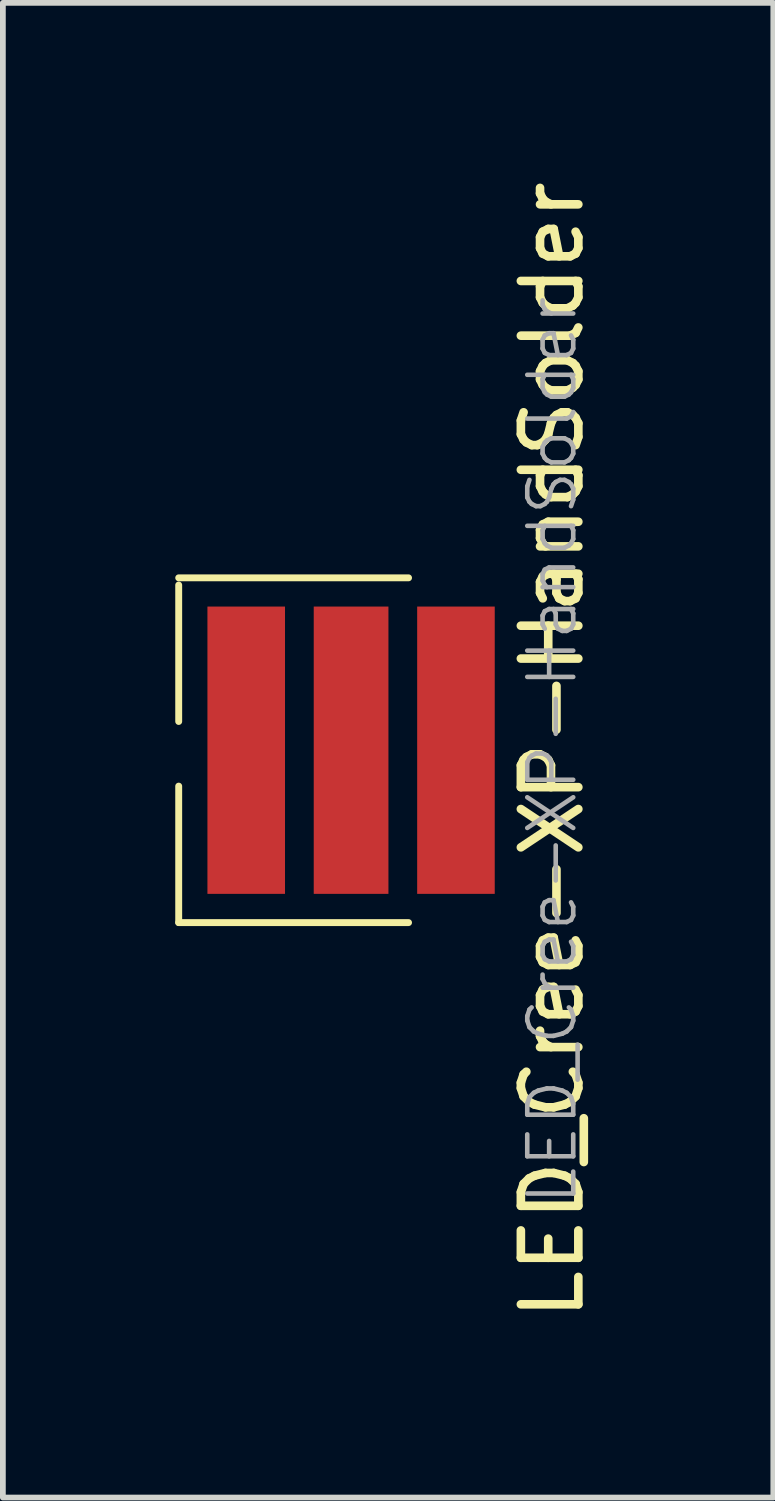
<source format=kicad_pcb>
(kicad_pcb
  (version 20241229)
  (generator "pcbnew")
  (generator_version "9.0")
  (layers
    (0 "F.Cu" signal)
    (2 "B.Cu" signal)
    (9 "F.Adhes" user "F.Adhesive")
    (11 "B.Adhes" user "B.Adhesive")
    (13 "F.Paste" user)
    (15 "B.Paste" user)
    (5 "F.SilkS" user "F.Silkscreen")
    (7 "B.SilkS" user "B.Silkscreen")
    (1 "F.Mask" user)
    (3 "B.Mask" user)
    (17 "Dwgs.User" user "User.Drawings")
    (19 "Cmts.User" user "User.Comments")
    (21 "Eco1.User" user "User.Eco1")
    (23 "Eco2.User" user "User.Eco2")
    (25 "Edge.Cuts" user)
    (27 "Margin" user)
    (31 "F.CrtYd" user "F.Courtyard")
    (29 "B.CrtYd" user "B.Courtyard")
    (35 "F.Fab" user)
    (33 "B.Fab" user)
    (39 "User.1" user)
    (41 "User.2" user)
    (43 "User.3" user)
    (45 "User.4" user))
  (footprint "LED_Cree-XP-HandSolder"
    (layer "F.Cu")
    (at 3.06 10.006)
    (property "Reference" "LED_Cree-XP-HandSolder" (at 3.5 0 90) (layer "F.SilkS") (effects (font (size 1 1) (thickness 0.15))))
    (attr smd)
    (fp_line (start -3 -2.875) (end -3 -0.5) (stroke (width 0.12) (type solid)) (layer "F.SilkS"))
    (fp_line (start -3 3) (end -3 0.625) (stroke (width 0.12) (type solid)) (layer "F.SilkS"))
    (fp_line (start 1 -3) (end -3 -3) (stroke (width 0.12) (type solid)) (layer "F.SilkS"))
    (fp_line (start 1 3) (end -3 3) (stroke (width 0.12) (type solid)) (layer "F.SilkS"))
    (fp_text user "${REFERENCE}" (at 3.5 0 90) (layer "F.Fab") (effects (font (size 0.8 0.8) (thickness 0.08))))
    (pad "1" smd rect (at -1.825 0) (size 1.35 5) (layers "F.Cu" "F.Mask" "F.Paste"))
    (pad "2" smd rect (at 1.825 0) (size 1.35 5) (layers "F.Cu" "F.Mask" "F.Paste"))
    (pad "3" smd rect (at 0 0) (size 1.3 5) (layers "F.Cu" "F.Mask")))
  (gr_rect
    (start -3 -3)
    (end 10.408 23.012)
    (stroke (width 0.1) (type default))
    (fill no)
    (layer "Edge.Cuts")))
</source>
